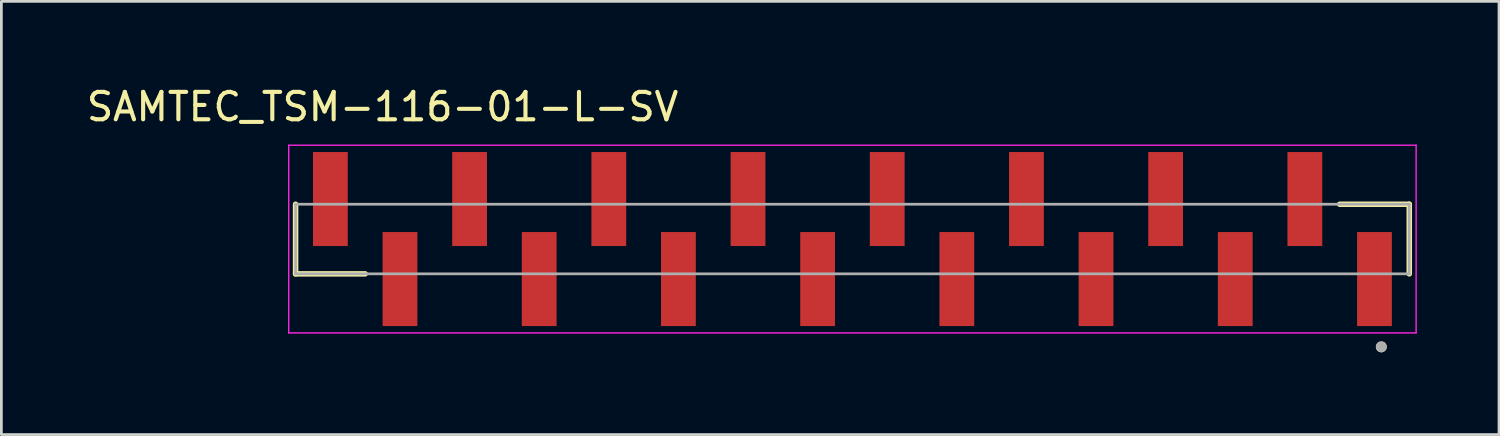
<source format=kicad_pcb>
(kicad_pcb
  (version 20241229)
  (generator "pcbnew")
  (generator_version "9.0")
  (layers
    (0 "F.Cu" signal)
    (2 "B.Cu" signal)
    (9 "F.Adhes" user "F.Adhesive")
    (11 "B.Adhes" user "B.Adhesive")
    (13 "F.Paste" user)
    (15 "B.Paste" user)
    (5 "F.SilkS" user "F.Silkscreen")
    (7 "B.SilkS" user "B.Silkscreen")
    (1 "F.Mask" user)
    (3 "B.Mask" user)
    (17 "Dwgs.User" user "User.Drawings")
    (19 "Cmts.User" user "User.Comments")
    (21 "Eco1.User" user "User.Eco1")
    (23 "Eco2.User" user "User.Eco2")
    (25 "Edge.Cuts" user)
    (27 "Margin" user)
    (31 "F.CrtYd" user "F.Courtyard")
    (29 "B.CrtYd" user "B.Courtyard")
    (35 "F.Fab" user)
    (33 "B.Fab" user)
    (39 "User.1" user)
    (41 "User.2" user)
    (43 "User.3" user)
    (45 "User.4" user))
  (footprint "SAMTEC_TSM-116-01-L-SV"
    (layer "F.Cu")
    (at 28.056 5.673)
    (property "Reference" "SAMTEC_TSM-116-01-L-SV" (at -17.145 -4.825 0) (layer "F.SilkS") (effects (font (size 1 1) (thickness 0.15))))
    (attr through_hole)
    (fp_line (start -20.32 1.27) (end -20.32 -1.27) (stroke (width 0.2) (type solid)) (layer "F.SilkS"))
    (fp_line (start -20.32 1.27) (end -17.78 1.27) (stroke (width 0.2) (type solid)) (layer "F.SilkS"))
    (fp_line (start 17.78 -1.27) (end 20.32 -1.27) (stroke (width 0.2) (type solid)) (layer "F.SilkS"))
    (fp_line (start 20.32 -1.27) (end 20.32 1.27) (stroke (width 0.2) (type solid)) (layer "F.SilkS"))
    (fp_circle (center 19.3 3.935) (end 19.4 3.935) (stroke (width 0.2) (type solid)) (fill no) (layer "F.SilkS"))
    (fp_line (start -20.57 -3.425) (end 20.57 -3.425) (stroke (width 0.05) (type solid)) (layer "F.CrtYd"))
    (fp_line (start -20.57 3.425) (end -20.57 -3.425) (stroke (width 0.05) (type solid)) (layer "F.CrtYd"))
    (fp_line (start 20.57 -3.425) (end 20.57 3.425) (stroke (width 0.05) (type solid)) (layer "F.CrtYd"))
    (fp_line (start 20.57 3.425) (end -20.57 3.425) (stroke (width 0.05) (type solid)) (layer "F.CrtYd"))
    (fp_line (start -20.32 -1.27) (end 20.32 -1.27) (stroke (width 0.1) (type solid)) (layer "F.Fab"))
    (fp_line (start -20.32 1.27) (end -20.32 -1.27) (stroke (width 0.1) (type solid)) (layer "F.Fab"))
    (fp_line (start 20.32 -1.27) (end 20.32 1.27) (stroke (width 0.1) (type solid)) (layer "F.Fab"))
    (fp_line (start 20.32 1.27) (end -20.32 1.27) (stroke (width 0.1) (type solid)) (layer "F.Fab"))
    (fp_circle (center 19.3 3.935) (end 19.4 3.935) (stroke (width 0.2) (type solid)) (fill no) (layer "F.Fab"))
    (pad "01" smd rect (at 19.05 1.46) (size 1.27 3.43) (layers "F.Cu" "F.Mask" "F.Paste"))
    (pad "02" smd rect (at 16.51 -1.46) (size 1.27 3.43) (layers "F.Cu" "F.Mask" "F.Paste"))
    (pad "03" smd rect (at 13.97 1.46) (size 1.27 3.43) (layers "F.Cu" "F.Mask" "F.Paste"))
    (pad "04" smd rect (at 11.43 -1.46) (size 1.27 3.43) (layers "F.Cu" "F.Mask" "F.Paste"))
    (pad "05" smd rect (at 8.89 1.46) (size 1.27 3.43) (layers "F.Cu" "F.Mask" "F.Paste"))
    (pad "06" smd rect (at 6.35 -1.46) (size 1.27 3.43) (layers "F.Cu" "F.Mask" "F.Paste"))
    (pad "07" smd rect (at 3.81 1.46) (size 1.27 3.43) (layers "F.Cu" "F.Mask" "F.Paste"))
    (pad "08" smd rect (at 1.27 -1.46) (size 1.27 3.43) (layers "F.Cu" "F.Mask" "F.Paste"))
    (pad "09" smd rect (at -1.27 1.46) (size 1.27 3.43) (layers "F.Cu" "F.Mask" "F.Paste"))
    (pad "10" smd rect (at -3.81 -1.46) (size 1.27 3.43) (layers "F.Cu" "F.Mask" "F.Paste"))
    (pad "11" smd rect (at -6.35 1.46) (size 1.27 3.43) (layers "F.Cu" "F.Mask" "F.Paste"))
    (pad "12" smd rect (at -8.89 -1.46) (size 1.27 3.43) (layers "F.Cu" "F.Mask" "F.Paste"))
    (pad "13" smd rect (at -11.43 1.46) (size 1.27 3.43) (layers "F.Cu" "F.Mask" "F.Paste"))
    (pad "14" smd rect (at -13.97 -1.46) (size 1.27 3.43) (layers "F.Cu" "F.Mask" "F.Paste"))
    (pad "15" smd rect (at -16.51 1.46) (size 1.27 3.43) (layers "F.Cu" "F.Mask" "F.Paste"))
    (pad "16" smd rect (at -19.05 -1.46) (size 1.27 3.43) (layers "F.Cu" "F.Mask" "F.Paste")))
  (gr_rect
    (start -3 -3)
    (end 51.651 12.808)
    (stroke (width 0.1) (type default))
    (fill no)
    (layer "Edge.Cuts")))
</source>
